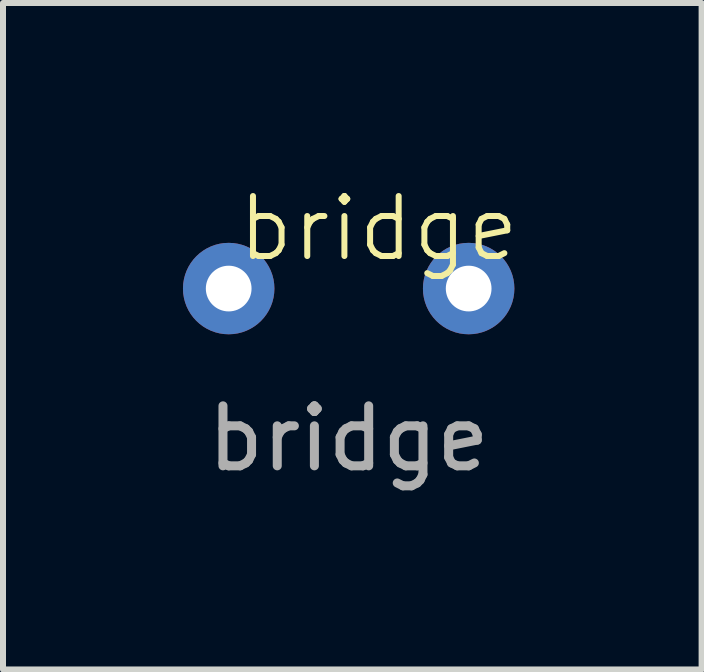
<source format=kicad_pcb>
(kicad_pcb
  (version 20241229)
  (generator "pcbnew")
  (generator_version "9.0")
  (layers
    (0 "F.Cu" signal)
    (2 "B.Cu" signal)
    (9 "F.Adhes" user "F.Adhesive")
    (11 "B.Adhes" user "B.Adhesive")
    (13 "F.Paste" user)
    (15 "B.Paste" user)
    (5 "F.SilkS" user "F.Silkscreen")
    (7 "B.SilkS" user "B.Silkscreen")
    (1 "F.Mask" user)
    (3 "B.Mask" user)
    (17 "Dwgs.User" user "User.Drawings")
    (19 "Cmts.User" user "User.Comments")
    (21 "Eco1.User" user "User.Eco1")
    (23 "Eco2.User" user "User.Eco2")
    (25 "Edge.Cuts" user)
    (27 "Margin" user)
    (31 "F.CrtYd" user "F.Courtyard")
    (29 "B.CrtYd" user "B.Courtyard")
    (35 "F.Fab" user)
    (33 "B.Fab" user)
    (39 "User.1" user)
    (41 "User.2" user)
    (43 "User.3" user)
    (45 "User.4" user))
  (footprint "bridge"
    (layer "F.Cu")
    (at 2.762 1.76)
    (property "Reference" "bridge" (at 0.5 -1 0) (unlocked yes) (layer "F.SilkS") (effects (font (size 1 1) (thickness 0.1))))
    (attr through_hole)
    (fp_text user "${REFERENCE}" (at 0 2.5 0) (unlocked yes) (layer "F.Fab") (effects (font (size 1 1) (thickness 0.15))))
    (pad "1" thru_hole circle (at -2 0) (size 1.524 1.524) (drill 0.762) (layers "*.Cu" "*.Mask"))
    (pad "2" thru_hole circle (at 2 0) (size 1.524 1.524) (drill 0.762) (layers "*.Cu" "*.Mask")))
  (gr_rect
    (start -3 -3)
    (end 8.645 8.109)
    (stroke (width 0.1) (type default))
    (fill no)
    (layer "Edge.Cuts")))
</source>
